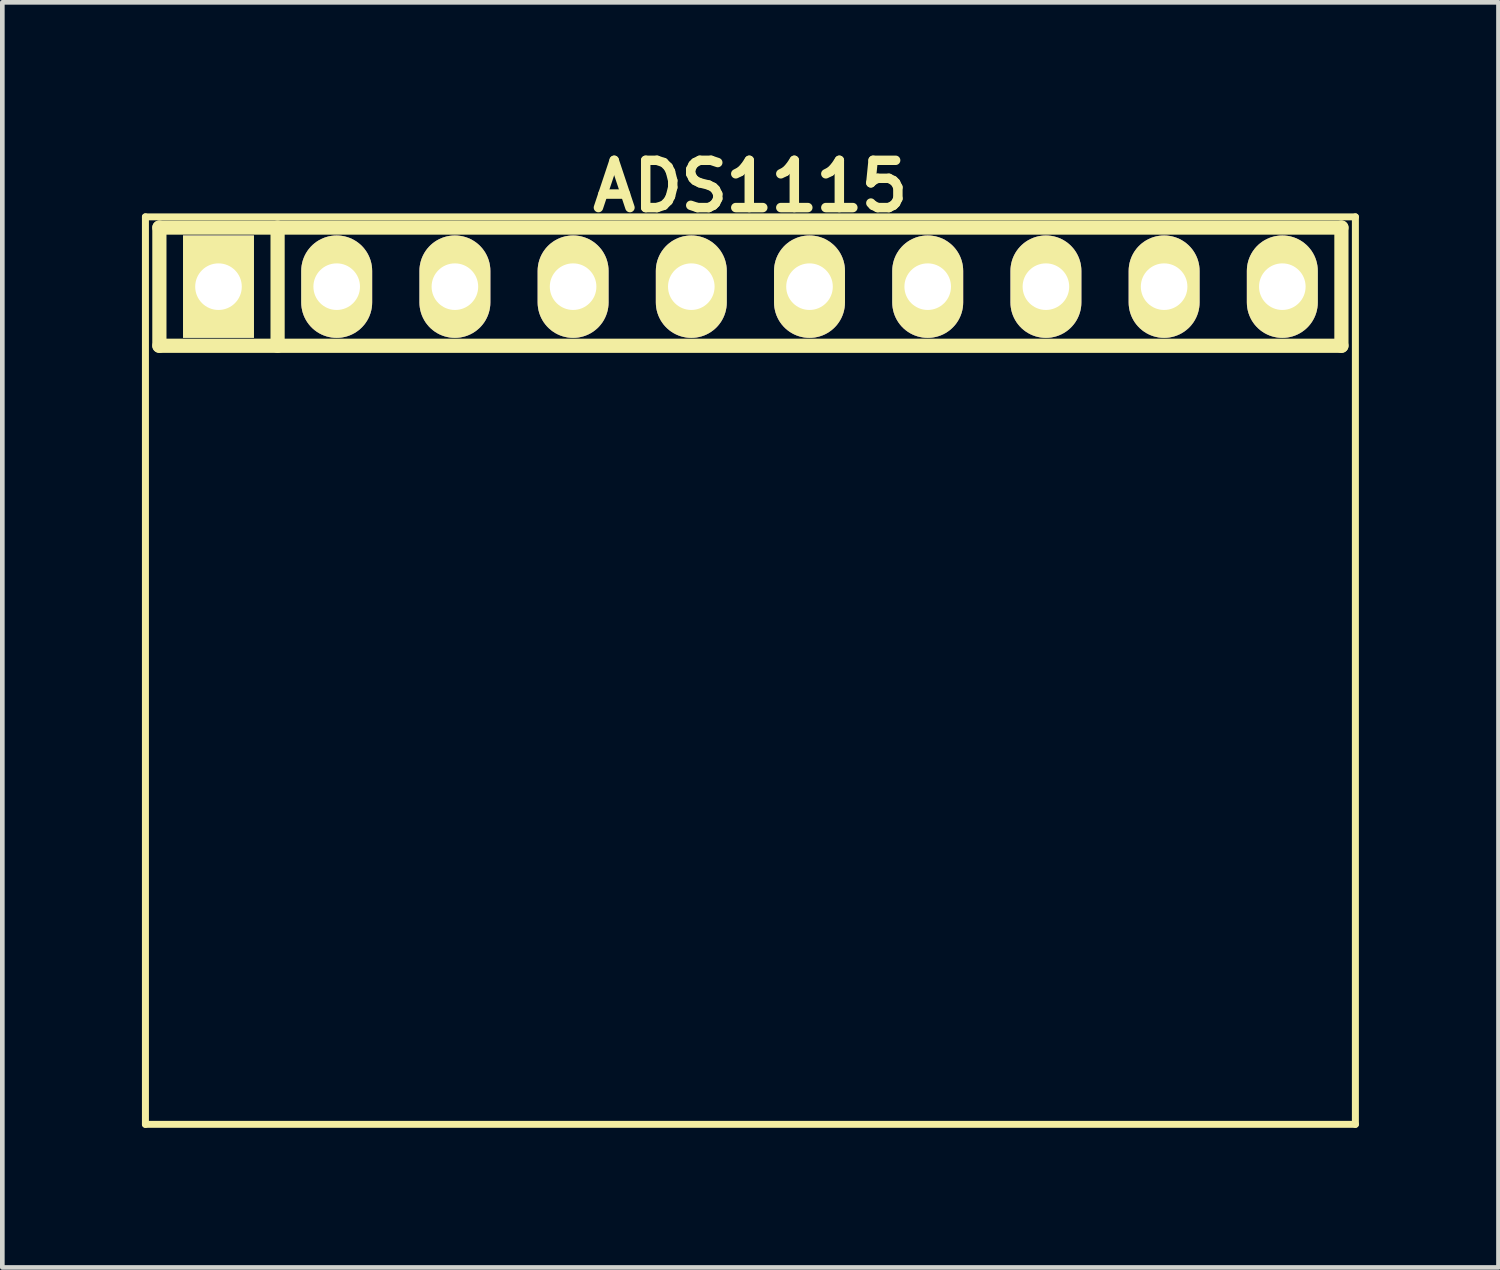
<source format=kicad_pcb>
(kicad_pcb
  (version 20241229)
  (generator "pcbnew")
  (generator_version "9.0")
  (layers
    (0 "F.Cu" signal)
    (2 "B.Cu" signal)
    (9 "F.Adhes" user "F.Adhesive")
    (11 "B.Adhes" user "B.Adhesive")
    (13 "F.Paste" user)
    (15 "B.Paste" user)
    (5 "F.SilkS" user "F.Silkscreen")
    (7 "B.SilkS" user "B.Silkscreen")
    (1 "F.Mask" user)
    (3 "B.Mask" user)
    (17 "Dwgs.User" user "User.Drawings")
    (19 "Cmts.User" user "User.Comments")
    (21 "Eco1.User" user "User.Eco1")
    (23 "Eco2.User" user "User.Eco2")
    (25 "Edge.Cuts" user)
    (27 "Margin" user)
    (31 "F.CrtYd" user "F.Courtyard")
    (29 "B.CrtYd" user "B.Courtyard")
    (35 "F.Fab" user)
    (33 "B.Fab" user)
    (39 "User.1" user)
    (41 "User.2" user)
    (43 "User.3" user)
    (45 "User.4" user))
  (footprint "ADS1115"
    (layer "F.Cu")
    (at 13.075 3.11)
    (property "Reference" "ADS1115" (at 0 -2.159 0) (layer "F.SilkS") (effects (font (size 1.016 1.016) (thickness 0.203))))
    (attr through_hole)
    (fp_line (start -13 -1.5) (end 13 -1.5) (stroke (width 0.15) (type solid)) (layer "F.SilkS"))
    (fp_line (start -13 18) (end -13 -1.5) (stroke (width 0.15) (type solid)) (layer "F.SilkS"))
    (fp_line (start -12.7 -1.27) (end 12.7 -1.27) (stroke (width 0.305) (type solid)) (layer "F.SilkS"))
    (fp_line (start -12.7 1.27) (end -12.7 -1.27) (stroke (width 0.305) (type solid)) (layer "F.SilkS"))
    (fp_line (start -10.16 -1.27) (end -10.16 1.27) (stroke (width 0.305) (type solid)) (layer "F.SilkS"))
    (fp_line (start 12.7 -1.27) (end 12.7 1.27) (stroke (width 0.305) (type solid)) (layer "F.SilkS"))
    (fp_line (start 12.7 1.27) (end -12.7 1.27) (stroke (width 0.305) (type solid)) (layer "F.SilkS"))
    (fp_line (start 13 -1.5) (end 13 18) (stroke (width 0.15) (type solid)) (layer "F.SilkS"))
    (fp_line (start 13 18) (end -13 18) (stroke (width 0.15) (type solid)) (layer "F.SilkS"))
    (pad "1" thru_hole rect (at -11.43 0) (size 1.524 2.2) (drill 1.001) (layers "*.Mask" "B.Cu" "F.SilkS"))
    (pad "2" thru_hole oval (at -8.89 0) (size 1.524 2.2) (drill 1.001) (layers "*.Mask" "B.Cu" "F.SilkS"))
    (pad "3" thru_hole oval (at -6.35 0) (size 1.524 2.2) (drill 1.001) (layers "*.Mask" "B.Cu" "F.SilkS"))
    (pad "4" thru_hole oval (at -3.81 0) (size 1.524 2.2) (drill 1.001) (layers "*.Mask" "B.Cu" "F.SilkS"))
    (pad "5" thru_hole oval (at -1.27 0) (size 1.524 2.2) (drill 1.001) (layers "*.Mask" "B.Cu" "F.SilkS"))
    (pad "6" thru_hole oval (at 1.27 0) (size 1.524 2.2) (drill 1.001) (layers "*.Mask" "B.Cu" "F.SilkS"))
    (pad "7" thru_hole oval (at 3.81 0) (size 1.524 2.2) (drill 1.001) (layers "*.Mask" "B.Cu" "F.SilkS"))
    (pad "8" thru_hole oval (at 6.35 0) (size 1.524 2.2) (drill 1.001) (layers "*.Mask" "B.Cu" "F.SilkS"))
    (pad "9" thru_hole oval (at 8.89 0) (size 1.524 2.2) (drill 1.001) (layers "*.Mask" "B.Cu" "F.SilkS"))
    (pad "10" thru_hole oval (at 11.43 0) (size 1.524 2.2) (drill 1.001) (layers "*.Mask" "B.Cu" "F.SilkS")))
  (gr_rect
    (start -3 -3)
    (end 29.15 24.185)
    (stroke (width 0.1) (type default))
    (fill no)
    (layer "Edge.Cuts")))
</source>
